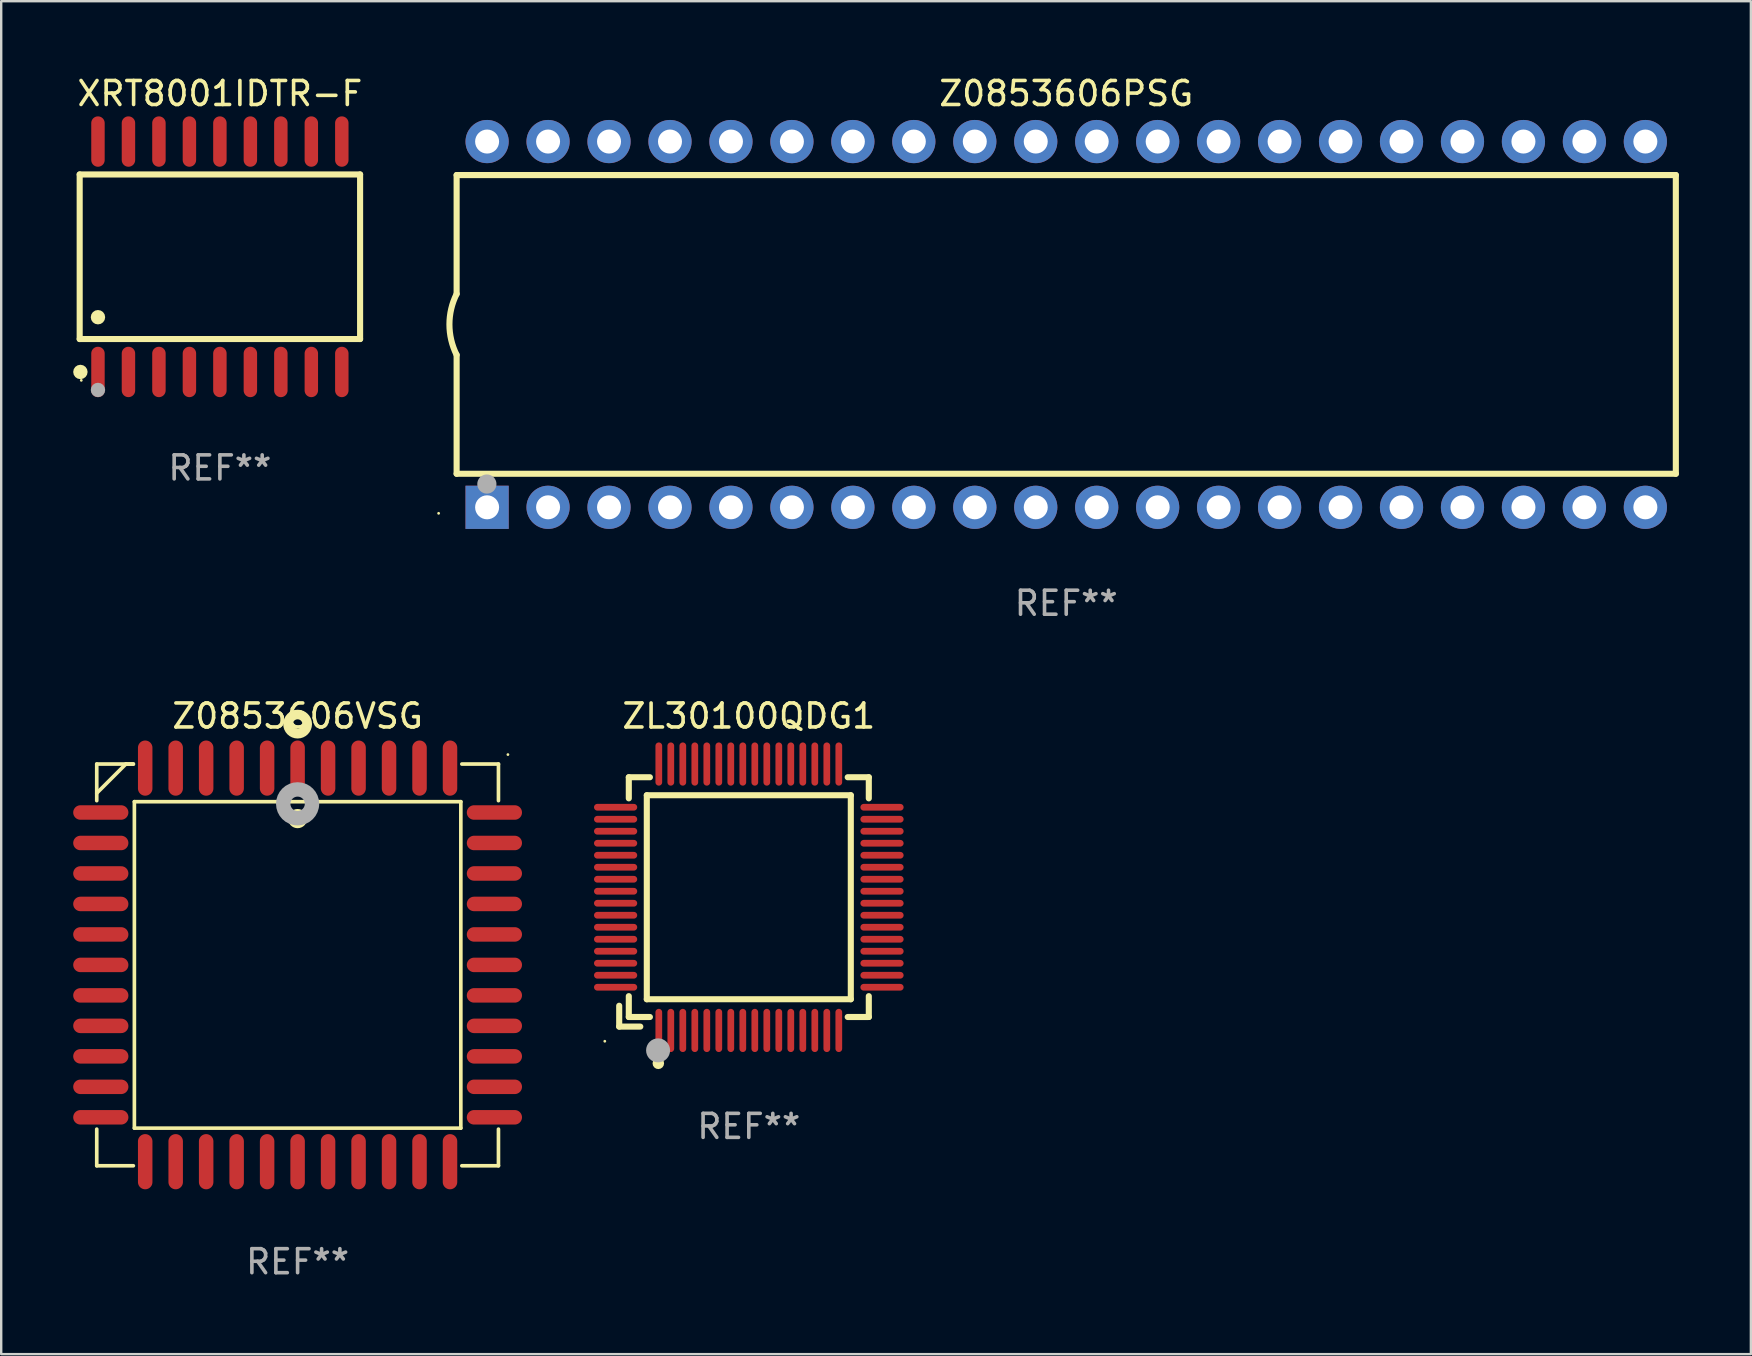
<source format=kicad_pcb>
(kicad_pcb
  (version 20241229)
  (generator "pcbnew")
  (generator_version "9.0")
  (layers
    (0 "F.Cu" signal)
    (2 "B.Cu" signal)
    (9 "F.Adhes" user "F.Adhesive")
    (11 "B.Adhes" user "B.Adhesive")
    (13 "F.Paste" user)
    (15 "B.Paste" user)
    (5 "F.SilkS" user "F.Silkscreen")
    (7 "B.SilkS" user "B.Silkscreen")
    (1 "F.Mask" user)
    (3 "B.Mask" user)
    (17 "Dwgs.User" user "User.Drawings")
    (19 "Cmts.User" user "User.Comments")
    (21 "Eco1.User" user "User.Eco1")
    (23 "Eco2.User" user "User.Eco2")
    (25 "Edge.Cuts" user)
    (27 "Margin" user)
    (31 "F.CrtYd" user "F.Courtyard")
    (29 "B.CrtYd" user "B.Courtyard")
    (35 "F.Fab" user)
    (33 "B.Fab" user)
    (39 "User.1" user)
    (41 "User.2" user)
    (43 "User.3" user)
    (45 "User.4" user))
  (footprint "ZL30100QDG1"
    (layer "F.Cu")
    (at 28.15 34.335)
    (property "Reference" "ZL30100QDG1" (at 0 -7.55 0) (layer "F.SilkS") (effects (font (size 1 1) (thickness 0.15))))
    (attr through_hole)
    (fp_line (start -5.4 4.521) (end -5.4 5.39) (stroke (width 0.254) (type solid)) (layer "F.SilkS"))
    (fp_line (start -5.4 5.39) (end -4.521 5.39) (stroke (width 0.254) (type solid)) (layer "F.SilkS"))
    (fp_line (start -5 -5) (end -5 -4.121) (stroke (width 0.254) (type solid)) (layer "F.SilkS"))
    (fp_line (start -5 4.121) (end -5 4.99) (stroke (width 0.254) (type solid)) (layer "F.SilkS"))
    (fp_line (start -5 4.99) (end -4.121 4.99) (stroke (width 0.254) (type solid)) (layer "F.SilkS"))
    (fp_line (start -4.25 -4.25) (end -4.25 4.25) (stroke (width 0.254) (type solid)) (layer "F.SilkS"))
    (fp_line (start -4.25 4.25) (end 4.25 4.25) (stroke (width 0.254) (type solid)) (layer "F.SilkS"))
    (fp_line (start -4.121 -5) (end -5 -5) (stroke (width 0.254) (type solid)) (layer "F.SilkS"))
    (fp_line (start 4.121 4.99) (end 5 4.99) (stroke (width 0.254) (type solid)) (layer "F.SilkS"))
    (fp_line (start 4.25 -4.25) (end -4.25 -4.25) (stroke (width 0.254) (type solid)) (layer "F.SilkS"))
    (fp_line (start 4.25 4.25) (end 4.25 -4.25) (stroke (width 0.254) (type solid)) (layer "F.SilkS"))
    (fp_line (start 5 -5) (end 4.121 -5) (stroke (width 0.254) (type solid)) (layer "F.SilkS"))
    (fp_line (start 5 -4.121) (end 5 -5) (stroke (width 0.254) (type solid)) (layer "F.SilkS"))
    (fp_line (start 5 4.99) (end 5 4.121) (stroke (width 0.254) (type solid)) (layer "F.SilkS"))
    (fp_circle (center -6 6) (end -5.97 6) (stroke (width 0.06) (type solid)) (fill no) (layer "F.SilkS"))
    (fp_circle (center -3.77 6.92) (end -3.65 6.92) (stroke (width 0.24) (type solid)) (fill no) (layer "F.SilkS"))
    (fp_circle (center -3.78 6.38) (end -3.53 6.38) (stroke (width 0.5) (type solid)) (fill no) (layer "F.Fab"))
    (fp_text user "REF**" (at 0 9.55 0) (layer "F.Fab") (effects (font (size 1 1) (thickness 0.15))))
    (pad "1" smd oval (at -3.75 5.55) (size 0.28 1.8) (layers "F.Cu" "F.Mask" "F.Paste"))
    (pad "2" smd oval (at -3.25 5.55) (size 0.28 1.8) (layers "F.Cu" "F.Mask" "F.Paste"))
    (pad "3" smd oval (at -2.75 5.55) (size 0.28 1.8) (layers "F.Cu" "F.Mask" "F.Paste"))
    (pad "4" smd oval (at -2.25 5.55) (size 0.28 1.8) (layers "F.Cu" "F.Mask" "F.Paste"))
    (pad "5" smd oval (at -1.75 5.55) (size 0.28 1.8) (layers "F.Cu" "F.Mask" "F.Paste"))
    (pad "6" smd oval (at -1.25 5.55) (size 0.28 1.8) (layers "F.Cu" "F.Mask" "F.Paste"))
    (pad "7" smd oval (at -0.75 5.55) (size 0.28 1.8) (layers "F.Cu" "F.Mask" "F.Paste"))
    (pad "8" smd oval (at -0.25 5.55) (size 0.28 1.8) (layers "F.Cu" "F.Mask" "F.Paste"))
    (pad "9" smd oval (at 0.25 5.55) (size 0.28 1.8) (layers "F.Cu" "F.Mask" "F.Paste"))
    (pad "10" smd oval (at 0.75 5.55) (size 0.28 1.8) (layers "F.Cu" "F.Mask" "F.Paste"))
    (pad "11" smd oval (at 1.25 5.55) (size 0.28 1.8) (layers "F.Cu" "F.Mask" "F.Paste"))
    (pad "12" smd oval (at 1.75 5.55) (size 0.28 1.8) (layers "F.Cu" "F.Mask" "F.Paste"))
    (pad "13" smd oval (at 2.25 5.55) (size 0.28 1.8) (layers "F.Cu" "F.Mask" "F.Paste"))
    (pad "14" smd oval (at 2.75 5.55) (size 0.28 1.8) (layers "F.Cu" "F.Mask" "F.Paste"))
    (pad "15" smd oval (at 3.25 5.55) (size 0.28 1.8) (layers "F.Cu" "F.Mask" "F.Paste"))
    (pad "16" smd oval (at 3.75 5.55) (size 0.28 1.8) (layers "F.Cu" "F.Mask" "F.Paste"))
    (pad "17" smd oval (at 5.55 3.75) (size 1.8 0.28) (layers "F.Cu" "F.Mask" "F.Paste"))
    (pad "18" smd oval (at 5.55 3.25) (size 1.8 0.28) (layers "F.Cu" "F.Mask" "F.Paste"))
    (pad "19" smd oval (at 5.55 2.75) (size 1.8 0.28) (layers "F.Cu" "F.Mask" "F.Paste"))
    (pad "20" smd oval (at 5.55 2.25) (size 1.8 0.28) (layers "F.Cu" "F.Mask" "F.Paste"))
    (pad "21" smd oval (at 5.55 1.75) (size 1.8 0.28) (layers "F.Cu" "F.Mask" "F.Paste"))
    (pad "22" smd oval (at 5.55 1.25) (size 1.8 0.28) (layers "F.Cu" "F.Mask" "F.Paste"))
    (pad "23" smd oval (at 5.55 0.75) (size 1.8 0.28) (layers "F.Cu" "F.Mask" "F.Paste"))
    (pad "24" smd oval (at 5.55 0.25) (size 1.8 0.28) (layers "F.Cu" "F.Mask" "F.Paste"))
    (pad "25" smd oval (at 5.55 -0.25) (size 1.8 0.28) (layers "F.Cu" "F.Mask" "F.Paste"))
    (pad "26" smd oval (at 5.55 -0.75) (size 1.8 0.28) (layers "F.Cu" "F.Mask" "F.Paste"))
    (pad "27" smd oval (at 5.55 -1.25) (size 1.8 0.28) (layers "F.Cu" "F.Mask" "F.Paste"))
    (pad "28" smd oval (at 5.55 -1.75) (size 1.8 0.28) (layers "F.Cu" "F.Mask" "F.Paste"))
    (pad "29" smd oval (at 5.55 -2.25) (size 1.8 0.28) (layers "F.Cu" "F.Mask" "F.Paste"))
    (pad "30" smd oval (at 5.55 -2.75) (size 1.8 0.28) (layers "F.Cu" "F.Mask" "F.Paste"))
    (pad "31" smd oval (at 5.55 -3.25) (size 1.8 0.28) (layers "F.Cu" "F.Mask" "F.Paste"))
    (pad "32" smd oval (at 5.55 -3.75) (size 1.8 0.28) (layers "F.Cu" "F.Mask" "F.Paste"))
    (pad "33" smd oval (at 3.75 -5.55) (size 0.28 1.8) (layers "F.Cu" "F.Mask" "F.Paste"))
    (pad "34" smd oval (at 3.25 -5.55) (size 0.28 1.8) (layers "F.Cu" "F.Mask" "F.Paste"))
    (pad "35" smd oval (at 2.75 -5.55) (size 0.28 1.8) (layers "F.Cu" "F.Mask" "F.Paste"))
    (pad "36" smd oval (at 2.25 -5.55) (size 0.28 1.8) (layers "F.Cu" "F.Mask" "F.Paste"))
    (pad "37" smd oval (at 1.75 -5.55) (size 0.28 1.8) (layers "F.Cu" "F.Mask" "F.Paste"))
    (pad "38" smd oval (at 1.25 -5.55) (size 0.28 1.8) (layers "F.Cu" "F.Mask" "F.Paste"))
    (pad "39" smd oval (at 0.75 -5.55) (size 0.28 1.8) (layers "F.Cu" "F.Mask" "F.Paste"))
    (pad "40" smd oval (at 0.25 -5.55) (size 0.28 1.8) (layers "F.Cu" "F.Mask" "F.Paste"))
    (pad "41" smd oval (at -0.25 -5.55) (size 0.28 1.8) (layers "F.Cu" "F.Mask" "F.Paste"))
    (pad "42" smd oval (at -0.75 -5.55) (size 0.28 1.8) (layers "F.Cu" "F.Mask" "F.Paste"))
    (pad "43" smd oval (at -1.25 -5.55) (size 0.28 1.8) (layers "F.Cu" "F.Mask" "F.Paste"))
    (pad "44" smd oval (at -1.75 -5.55) (size 0.28 1.8) (layers "F.Cu" "F.Mask" "F.Paste"))
    (pad "45" smd oval (at -2.25 -5.55) (size 0.28 1.8) (layers "F.Cu" "F.Mask" "F.Paste"))
    (pad "46" smd oval (at -2.75 -5.55) (size 0.28 1.8) (layers "F.Cu" "F.Mask" "F.Paste"))
    (pad "47" smd oval (at -3.25 -5.55) (size 0.28 1.8) (layers "F.Cu" "F.Mask" "F.Paste"))
    (pad "48" smd oval (at -3.75 -5.55) (size 0.28 1.8) (layers "F.Cu" "F.Mask" "F.Paste"))
    (pad "49" smd oval (at -5.55 -3.75) (size 1.8 0.28) (layers "F.Cu" "F.Mask" "F.Paste"))
    (pad "50" smd oval (at -5.55 -3.25) (size 1.8 0.28) (layers "F.Cu" "F.Mask" "F.Paste"))
    (pad "51" smd oval (at -5.55 -2.75) (size 1.8 0.28) (layers "F.Cu" "F.Mask" "F.Paste"))
    (pad "52" smd oval (at -5.55 -2.25) (size 1.8 0.28) (layers "F.Cu" "F.Mask" "F.Paste"))
    (pad "53" smd oval (at -5.55 -1.75) (size 1.8 0.28) (layers "F.Cu" "F.Mask" "F.Paste"))
    (pad "54" smd oval (at -5.55 -1.25) (size 1.8 0.28) (layers "F.Cu" "F.Mask" "F.Paste"))
    (pad "55" smd oval (at -5.55 -0.75) (size 1.8 0.28) (layers "F.Cu" "F.Mask" "F.Paste"))
    (pad "56" smd oval (at -5.55 -0.25) (size 1.8 0.28) (layers "F.Cu" "F.Mask" "F.Paste"))
    (pad "57" smd oval (at -5.55 0.25) (size 1.8 0.28) (layers "F.Cu" "F.Mask" "F.Paste"))
    (pad "58" smd oval (at -5.55 0.75) (size 1.8 0.28) (layers "F.Cu" "F.Mask" "F.Paste"))
    (pad "59" smd oval (at -5.55 1.25) (size 1.8 0.28) (layers "F.Cu" "F.Mask" "F.Paste"))
    (pad "60" smd oval (at -5.55 1.75) (size 1.8 0.28) (layers "F.Cu" "F.Mask" "F.Paste"))
    (pad "61" smd oval (at -5.55 2.25) (size 1.8 0.28) (layers "F.Cu" "F.Mask" "F.Paste"))
    (pad "62" smd oval (at -5.55 2.75) (size 1.8 0.28) (layers "F.Cu" "F.Mask" "F.Paste"))
    (pad "63" smd oval (at -5.55 3.25) (size 1.8 0.28) (layers "F.Cu" "F.Mask" "F.Paste"))
    (pad "64" smd oval (at -5.55 3.75) (size 1.8 0.28) (layers "F.Cu" "F.Mask" "F.Paste")))
  (footprint "Z0853606VSG"
    (layer "F.Cu")
    (at 9.35 37.154)
    (property "Reference" "Z0853606VSG" (at 0 -10.369 0) (layer "F.SilkS") (effects (font (size 1 1) (thickness 0.15))))
    (attr through_hole)
    (fp_line (start -8.369 -8.369) (end -8.369 -6.843) (stroke (width 0.152) (type solid)) (layer "F.SilkS"))
    (fp_line (start -8.369 8.369) (end -8.369 6.843) (stroke (width 0.152) (type solid)) (layer "F.SilkS"))
    (fp_line (start -7.156 -8.369) (end -8.369 -7.156) (stroke (width 0.152) (type solid)) (layer "F.SilkS"))
    (fp_line (start -6.843 -8.369) (end -8.369 -8.369) (stroke (width 0.152) (type solid)) (layer "F.SilkS"))
    (fp_line (start -6.843 -8.369) (end -7.156 -8.369) (stroke (width 0.152) (type solid)) (layer "F.SilkS"))
    (fp_line (start -6.843 8.369) (end -8.369 8.369) (stroke (width 0.152) (type solid)) (layer "F.SilkS"))
    (fp_line (start -6.801 -6.801) (end 6.801 -6.801) (stroke (width 0.152) (type solid)) (layer "F.SilkS"))
    (fp_line (start -6.801 6.801) (end -6.801 -6.801) (stroke (width 0.152) (type solid)) (layer "F.SilkS"))
    (fp_line (start 6.801 -6.801) (end 6.801 6.801) (stroke (width 0.152) (type solid)) (layer "F.SilkS"))
    (fp_line (start 6.801 6.801) (end -6.801 6.801) (stroke (width 0.152) (type solid)) (layer "F.SilkS"))
    (fp_line (start 6.843 -8.369) (end 8.369 -8.369) (stroke (width 0.152) (type solid)) (layer "F.SilkS"))
    (fp_line (start 6.843 8.369) (end 8.369 8.369) (stroke (width 0.152) (type solid)) (layer "F.SilkS"))
    (fp_line (start 8.369 -8.369) (end 8.369 -6.843) (stroke (width 0.152) (type solid)) (layer "F.SilkS"))
    (fp_line (start 8.369 8.369) (end 8.369 6.843) (stroke (width 0.152) (type solid)) (layer "F.SilkS"))
    (fp_circle (center -0.000013 -6.096) (end 0.2 -6.096) (stroke (width 0.4) (type solid)) (fill no) (layer "F.SilkS"))
    (fp_circle (center 0.000114 -10.033) (end 0.2 -10.033) (stroke (width 0.4) (type solid)) (fill no) (layer "F.SilkS"))
    (fp_circle (center 8.763 -8.763) (end 8.793 -8.763) (stroke (width 0.06) (type solid)) (fill no) (layer "F.SilkS"))
    (fp_circle (center 0.000114 -6.712) (end 0.3 -6.712) (stroke (width 0.6) (type solid)) (fill no) (layer "F.Fab"))
    (fp_text user "REF**" (at 0 12.369 0) (layer "F.Fab") (effects (font (size 1 1) (thickness 0.15))))
    (pad "1" smd oval (at 0.000114 -8.2) (size 0.604 2.3) (layers "F.Cu" "F.Mask" "F.Paste"))
    (pad "2" smd oval (at -1.27 -8.2) (size 0.604 2.3) (layers "F.Cu" "F.Mask" "F.Paste"))
    (pad "3" smd oval (at -2.54 -8.2) (size 0.604 2.3) (layers "F.Cu" "F.Mask" "F.Paste"))
    (pad "4" smd oval (at -3.81 -8.2) (size 0.604 2.3) (layers "F.Cu" "F.Mask" "F.Paste"))
    (pad "5" smd oval (at -5.08 -8.2) (size 0.604 2.3) (layers "F.Cu" "F.Mask" "F.Paste"))
    (pad "6" smd oval (at -6.35 -8.2) (size 0.604 2.3) (layers "F.Cu" "F.Mask" "F.Paste"))
    (pad "7" smd oval (at -8.2 -6.35) (size 2.3 0.604) (layers "F.Cu" "F.Mask" "F.Paste"))
    (pad "8" smd oval (at -8.2 -5.08) (size 2.3 0.604) (layers "F.Cu" "F.Mask" "F.Paste"))
    (pad "9" smd oval (at -8.2 -3.81) (size 2.3 0.604) (layers "F.Cu" "F.Mask" "F.Paste"))
    (pad "10" smd oval (at -8.2 -2.54) (size 2.3 0.604) (layers "F.Cu" "F.Mask" "F.Paste"))
    (pad "11" smd oval (at -8.2 -1.27) (size 2.3 0.604) (layers "F.Cu" "F.Mask" "F.Paste"))
    (pad "12" smd oval (at -8.2 0.000127) (size 2.3 0.604) (layers "F.Cu" "F.Mask" "F.Paste"))
    (pad "13" smd oval (at -8.2 1.27) (size 2.3 0.604) (layers "F.Cu" "F.Mask" "F.Paste"))
    (pad "14" smd oval (at -8.2 2.54) (size 2.3 0.604) (layers "F.Cu" "F.Mask" "F.Paste"))
    (pad "15" smd oval (at -8.2 3.81) (size 2.3 0.604) (layers "F.Cu" "F.Mask" "F.Paste"))
    (pad "16" smd oval (at -8.2 5.08) (size 2.3 0.604) (layers "F.Cu" "F.Mask" "F.Paste"))
    (pad "17" smd oval (at -8.2 6.35) (size 2.3 0.604) (layers "F.Cu" "F.Mask" "F.Paste"))
    (pad "18" smd oval (at -6.35 8.2) (size 0.604 2.3) (layers "F.Cu" "F.Mask" "F.Paste"))
    (pad "19" smd oval (at -5.08 8.2) (size 0.604 2.3) (layers "F.Cu" "F.Mask" "F.Paste"))
    (pad "20" smd oval (at -3.81 8.2) (size 0.604 2.3) (layers "F.Cu" "F.Mask" "F.Paste"))
    (pad "21" smd oval (at -2.54 8.2) (size 0.604 2.3) (layers "F.Cu" "F.Mask" "F.Paste"))
    (pad "22" smd oval (at -1.27 8.2) (size 0.604 2.3) (layers "F.Cu" "F.Mask" "F.Paste"))
    (pad "23" smd oval (at 0.000114 8.2) (size 0.604 2.3) (layers "F.Cu" "F.Mask" "F.Paste"))
    (pad "24" smd oval (at 1.27 8.2) (size 0.604 2.3) (layers "F.Cu" "F.Mask" "F.Paste"))
    (pad "25" smd oval (at 2.54 8.2) (size 0.604 2.3) (layers "F.Cu" "F.Mask" "F.Paste"))
    (pad "26" smd oval (at 3.81 8.2) (size 0.604 2.3) (layers "F.Cu" "F.Mask" "F.Paste"))
    (pad "27" smd oval (at 5.08 8.2) (size 0.604 2.3) (layers "F.Cu" "F.Mask" "F.Paste"))
    (pad "28" smd oval (at 6.35 8.2) (size 0.604 2.3) (layers "F.Cu" "F.Mask" "F.Paste"))
    (pad "29" smd oval (at 8.2 6.35) (size 2.3 0.604) (layers "F.Cu" "F.Mask" "F.Paste"))
    (pad "30" smd oval (at 8.2 5.08) (size 2.3 0.604) (layers "F.Cu" "F.Mask" "F.Paste"))
    (pad "31" smd oval (at 8.2 3.81) (size 2.3 0.604) (layers "F.Cu" "F.Mask" "F.Paste"))
    (pad "32" smd oval (at 8.2 2.54) (size 2.3 0.604) (layers "F.Cu" "F.Mask" "F.Paste"))
    (pad "33" smd oval (at 8.2 1.27) (size 2.3 0.604) (layers "F.Cu" "F.Mask" "F.Paste"))
    (pad "34" smd oval (at 8.2 0.000127) (size 2.3 0.604) (layers "F.Cu" "F.Mask" "F.Paste"))
    (pad "35" smd oval (at 8.2 -1.27) (size 2.3 0.604) (layers "F.Cu" "F.Mask" "F.Paste"))
    (pad "36" smd oval (at 8.2 -2.54) (size 2.3 0.604) (layers "F.Cu" "F.Mask" "F.Paste"))
    (pad "37" smd oval (at 8.2 -3.81) (size 2.3 0.604) (layers "F.Cu" "F.Mask" "F.Paste"))
    (pad "38" smd oval (at 8.2 -5.08) (size 2.3 0.604) (layers "F.Cu" "F.Mask" "F.Paste"))
    (pad "39" smd oval (at 8.2 -6.35) (size 2.3 0.604) (layers "F.Cu" "F.Mask" "F.Paste"))
    (pad "40" smd oval (at 6.35 -8.2) (size 0.604 2.3) (layers "F.Cu" "F.Mask" "F.Paste"))
    (pad "41" smd oval (at 5.08 -8.2) (size 0.604 2.3) (layers "F.Cu" "F.Mask" "F.Paste"))
    (pad "42" smd oval (at 3.81 -8.2) (size 0.604 2.3) (layers "F.Cu" "F.Mask" "F.Paste"))
    (pad "43" smd oval (at 2.54 -8.2) (size 0.604 2.3) (layers "F.Cu" "F.Mask" "F.Paste"))
    (pad "44" smd oval (at 1.27 -8.2) (size 0.604 2.3) (layers "F.Cu" "F.Mask" "F.Paste")))
  (footprint "Z0853606PSG"
    (layer "F.Cu")
    (at 41.376 10.468)
    (property "Reference" "Z0853606PSG" (at 0 -9.62 0) (layer "F.SilkS") (effects (font (size 1 1) (thickness 0.15))))
    (attr through_hole)
    (fp_line (start -25.4 -6.224) (end -25.4 -1.271) (stroke (width 0.254) (type solid)) (layer "F.SilkS"))
    (fp_line (start -25.4 -6.224) (end 25.4 -6.224) (stroke (width 0.254) (type solid)) (layer "F.SilkS"))
    (fp_line (start -25.4 1.269) (end -25.4 6.222) (stroke (width 0.254) (type solid)) (layer "F.SilkS"))
    (fp_line (start -25.4 6.222) (end 25.4 6.222) (stroke (width 0.254) (type solid)) (layer "F.SilkS"))
    (fp_line (start 25.4 6.222) (end 25.4 -6.224) (stroke (width 0.254) (type solid)) (layer "F.SilkS"))
    (fp_arc (start -25.4 1.269241) (mid -25.699807 -0.000762) (end -25.4 -1.270765) (stroke (width 0.254001) (type solid)) (layer "F.SilkS"))
    (fp_circle (center -26.15 7.87) (end -26.12 7.87) (stroke (width 0.06) (type solid)) (fill no) (layer "F.SilkS"))
    (fp_circle (center -24.14 6.65) (end -23.94 6.65) (stroke (width 0.4) (type solid)) (fill no) (layer "F.Fab"))
    (fp_text user "REF**" (at 0 11.62 0) (layer "F.Fab") (effects (font (size 1 1) (thickness 0.15))))
    (pad "1" thru_hole rect (at -24.13 7.62 90) (size 1.8 1.8) (drill 1) (layers "*.Cu" "*.Mask"))
    (pad "2" thru_hole circle (at -21.59 7.62) (size 1.8 1.8) (drill 1) (layers "*.Cu" "*.Mask"))
    (pad "3" thru_hole circle (at -19.05 7.62) (size 1.8 1.8) (drill 1) (layers "*.Cu" "*.Mask"))
    (pad "4" thru_hole circle (at -16.51 7.62) (size 1.8 1.8) (drill 1) (layers "*.Cu" "*.Mask"))
    (pad "5" thru_hole circle (at -13.97 7.62) (size 1.8 1.8) (drill 1) (layers "*.Cu" "*.Mask"))
    (pad "6" thru_hole circle (at -11.43 7.62) (size 1.8 1.8) (drill 1) (layers "*.Cu" "*.Mask"))
    (pad "7" thru_hole circle (at -8.89 7.62) (size 1.8 1.8) (drill 1) (layers "*.Cu" "*.Mask"))
    (pad "8" thru_hole circle (at -6.35 7.62) (size 1.8 1.8) (drill 1) (layers "*.Cu" "*.Mask"))
    (pad "9" thru_hole circle (at -3.81 7.62) (size 1.8 1.8) (drill 1) (layers "*.Cu" "*.Mask"))
    (pad "10" thru_hole circle (at -1.27 7.62) (size 1.8 1.8) (drill 1) (layers "*.Cu" "*.Mask"))
    (pad "11" thru_hole circle (at 1.27 7.62) (size 1.8 1.8) (drill 1) (layers "*.Cu" "*.Mask"))
    (pad "12" thru_hole circle (at 3.81 7.62) (size 1.8 1.8) (drill 1) (layers "*.Cu" "*.Mask"))
    (pad "13" thru_hole circle (at 6.35 7.62) (size 1.8 1.8) (drill 1) (layers "*.Cu" "*.Mask"))
    (pad "14" thru_hole circle (at 8.89 7.62) (size 1.8 1.8) (drill 1) (layers "*.Cu" "*.Mask"))
    (pad "15" thru_hole circle (at 11.43 7.62) (size 1.8 1.8) (drill 1) (layers "*.Cu" "*.Mask"))
    (pad "16" thru_hole circle (at 13.97 7.62) (size 1.8 1.8) (drill 1) (layers "*.Cu" "*.Mask"))
    (pad "17" thru_hole circle (at 16.51 7.62) (size 1.8 1.8) (drill 1) (layers "*.Cu" "*.Mask"))
    (pad "18" thru_hole circle (at 19.05 7.62) (size 1.8 1.8) (drill 1) (layers "*.Cu" "*.Mask"))
    (pad "19" thru_hole circle (at 21.59 7.62) (size 1.8 1.8) (drill 1) (layers "*.Cu" "*.Mask"))
    (pad "20" thru_hole circle (at 24.13 7.62) (size 1.8 1.8) (drill 1) (layers "*.Cu" "*.Mask"))
    (pad "21" thru_hole circle (at 24.13 -7.62) (size 1.8 1.8) (drill 1) (layers "*.Cu" "*.Mask"))
    (pad "22" thru_hole circle (at 21.59 -7.62) (size 1.8 1.8) (drill 1) (layers "*.Cu" "*.Mask"))
    (pad "23" thru_hole circle (at 19.05 -7.62) (size 1.8 1.8) (drill 1) (layers "*.Cu" "*.Mask"))
    (pad "24" thru_hole circle (at 16.51 -7.62) (size 1.8 1.8) (drill 1) (layers "*.Cu" "*.Mask"))
    (pad "25" thru_hole circle (at 13.97 -7.62) (size 1.8 1.8) (drill 1) (layers "*.Cu" "*.Mask"))
    (pad "26" thru_hole circle (at 11.43 -7.62) (size 1.8 1.8) (drill 1) (layers "*.Cu" "*.Mask"))
    (pad "27" thru_hole circle (at 8.89 -7.62) (size 1.8 1.8) (drill 1) (layers "*.Cu" "*.Mask"))
    (pad "28" thru_hole circle (at 6.35 -7.62) (size 1.8 1.8) (drill 1) (layers "*.Cu" "*.Mask"))
    (pad "29" thru_hole circle (at 3.81 -7.62) (size 1.8 1.8) (drill 1) (layers "*.Cu" "*.Mask"))
    (pad "30" thru_hole circle (at 1.27 -7.62) (size 1.8 1.8) (drill 1) (layers "*.Cu" "*.Mask"))
    (pad "31" thru_hole circle (at -1.27 -7.62) (size 1.8 1.8) (drill 1) (layers "*.Cu" "*.Mask"))
    (pad "32" thru_hole circle (at -3.81 -7.62) (size 1.8 1.8) (drill 1) (layers "*.Cu" "*.Mask"))
    (pad "33" thru_hole circle (at -6.35 -7.62) (size 1.8 1.8) (drill 1) (layers "*.Cu" "*.Mask"))
    (pad "34" thru_hole circle (at -8.89 -7.62) (size 1.8 1.8) (drill 1) (layers "*.Cu" "*.Mask"))
    (pad "35" thru_hole circle (at -11.43 -7.62) (size 1.8 1.8) (drill 1) (layers "*.Cu" "*.Mask"))
    (pad "36" thru_hole circle (at -13.97 -7.62) (size 1.8 1.8) (drill 1) (layers "*.Cu" "*.Mask"))
    (pad "37" thru_hole circle (at -16.51 -7.62) (size 1.8 1.8) (drill 1) (layers "*.Cu" "*.Mask"))
    (pad "38" thru_hole circle (at -19.05 -7.62) (size 1.8 1.8) (drill 1) (layers "*.Cu" "*.Mask"))
    (pad "39" thru_hole circle (at -21.59 -7.62) (size 1.8 1.8) (drill 1) (layers "*.Cu" "*.Mask"))
    (pad "40" thru_hole circle (at -24.13 -7.62) (size 1.8 1.8) (drill 1) (layers "*.Cu" "*.Mask")))
  (footprint "XRT8001IDTR-F"
    (layer "F.Cu")
    (at 6.112 7.648)
    (property "Reference" "XRT8001IDTR-F" (at 0 -6.8 0) (layer "F.SilkS") (effects (font (size 1 1) (thickness 0.15))))
    (attr through_hole)
    (fp_line (start -5.842 -3.429) (end -5.842 3.429) (stroke (width 0.254) (type solid)) (layer "F.SilkS"))
    (fp_line (start -5.842 3.429) (end 5.842 3.429) (stroke (width 0.254) (type solid)) (layer "F.SilkS"))
    (fp_line (start 5.842 -3.429) (end -5.842 -3.429) (stroke (width 0.254) (type solid)) (layer "F.SilkS"))
    (fp_line (start 5.842 3.429) (end 5.842 -3.429) (stroke (width 0.254) (type solid)) (layer "F.SilkS"))
    (fp_circle (center -5.812 4.8) (end -5.662 4.8) (stroke (width 0.3) (type solid)) (fill no) (layer "F.SilkS"))
    (fp_circle (center -5.775 5.15) (end -5.745 5.15) (stroke (width 0.06) (type solid)) (fill no) (layer "F.SilkS"))
    (fp_circle (center -5.08 2.519) (end -4.93 2.519) (stroke (width 0.3) (type solid)) (fill no) (layer "F.SilkS"))
    (fp_circle (center -5.08 5.55) (end -4.93 5.55) (stroke (width 0.3) (type solid)) (fill no) (layer "F.Fab"))
    (fp_text user "REF**" (at 0 8.8 0) (layer "F.Fab") (effects (font (size 1 1) (thickness 0.15))))
    (pad "1" smd oval (at -5.08 4.8) (size 0.56 2.1) (layers "F.Cu" "F.Mask" "F.Paste"))
    (pad "2" smd oval (at -3.81 4.8) (size 0.56 2.1) (layers "F.Cu" "F.Mask" "F.Paste"))
    (pad "3" smd oval (at -2.54 4.8) (size 0.56 2.1) (layers "F.Cu" "F.Mask" "F.Paste"))
    (pad "4" smd oval (at -1.27 4.8) (size 0.56 2.1) (layers "F.Cu" "F.Mask" "F.Paste"))
    (pad "5" smd oval (at 0 4.8) (size 0.56 2.1) (layers "F.Cu" "F.Mask" "F.Paste"))
    (pad "6" smd oval (at 1.27 4.8) (size 0.56 2.1) (layers "F.Cu" "F.Mask" "F.Paste"))
    (pad "7" smd oval (at 2.54 4.8) (size 0.56 2.1) (layers "F.Cu" "F.Mask" "F.Paste"))
    (pad "8" smd oval (at 3.81 4.8) (size 0.56 2.1) (layers "F.Cu" "F.Mask" "F.Paste"))
    (pad "9" smd oval (at 5.08 4.8) (size 0.56 2.1) (layers "F.Cu" "F.Mask" "F.Paste"))
    (pad "10" smd oval (at 5.08 -4.8) (size 0.56 2.1) (layers "F.Cu" "F.Mask" "F.Paste"))
    (pad "11" smd oval (at 3.81 -4.8) (size 0.56 2.1) (layers "F.Cu" "F.Mask" "F.Paste"))
    (pad "12" smd oval (at 2.54 -4.8) (size 0.56 2.1) (layers "F.Cu" "F.Mask" "F.Paste"))
    (pad "13" smd oval (at 1.27 -4.8) (size 0.56 2.1) (layers "F.Cu" "F.Mask" "F.Paste"))
    (pad "14" smd oval (at 0 -4.8) (size 0.56 2.1) (layers "F.Cu" "F.Mask" "F.Paste"))
    (pad "15" smd oval (at -1.27 -4.8) (size 0.56 2.1) (layers "F.Cu" "F.Mask" "F.Paste"))
    (pad "16" smd oval (at -2.54 -4.8) (size 0.56 2.1) (layers "F.Cu" "F.Mask" "F.Paste"))
    (pad "17" smd oval (at -3.81 -4.8) (size 0.56 2.1) (layers "F.Cu" "F.Mask" "F.Paste"))
    (pad "18" smd oval (at -5.08 -4.8) (size 0.56 2.1) (layers "F.Cu" "F.Mask" "F.Paste")))
  (gr_rect
    (start -3 -3)
    (end 69.903 53.372)
    (stroke (width 0.1) (type default))
    (fill no)
    (layer "Edge.Cuts")))
</source>
